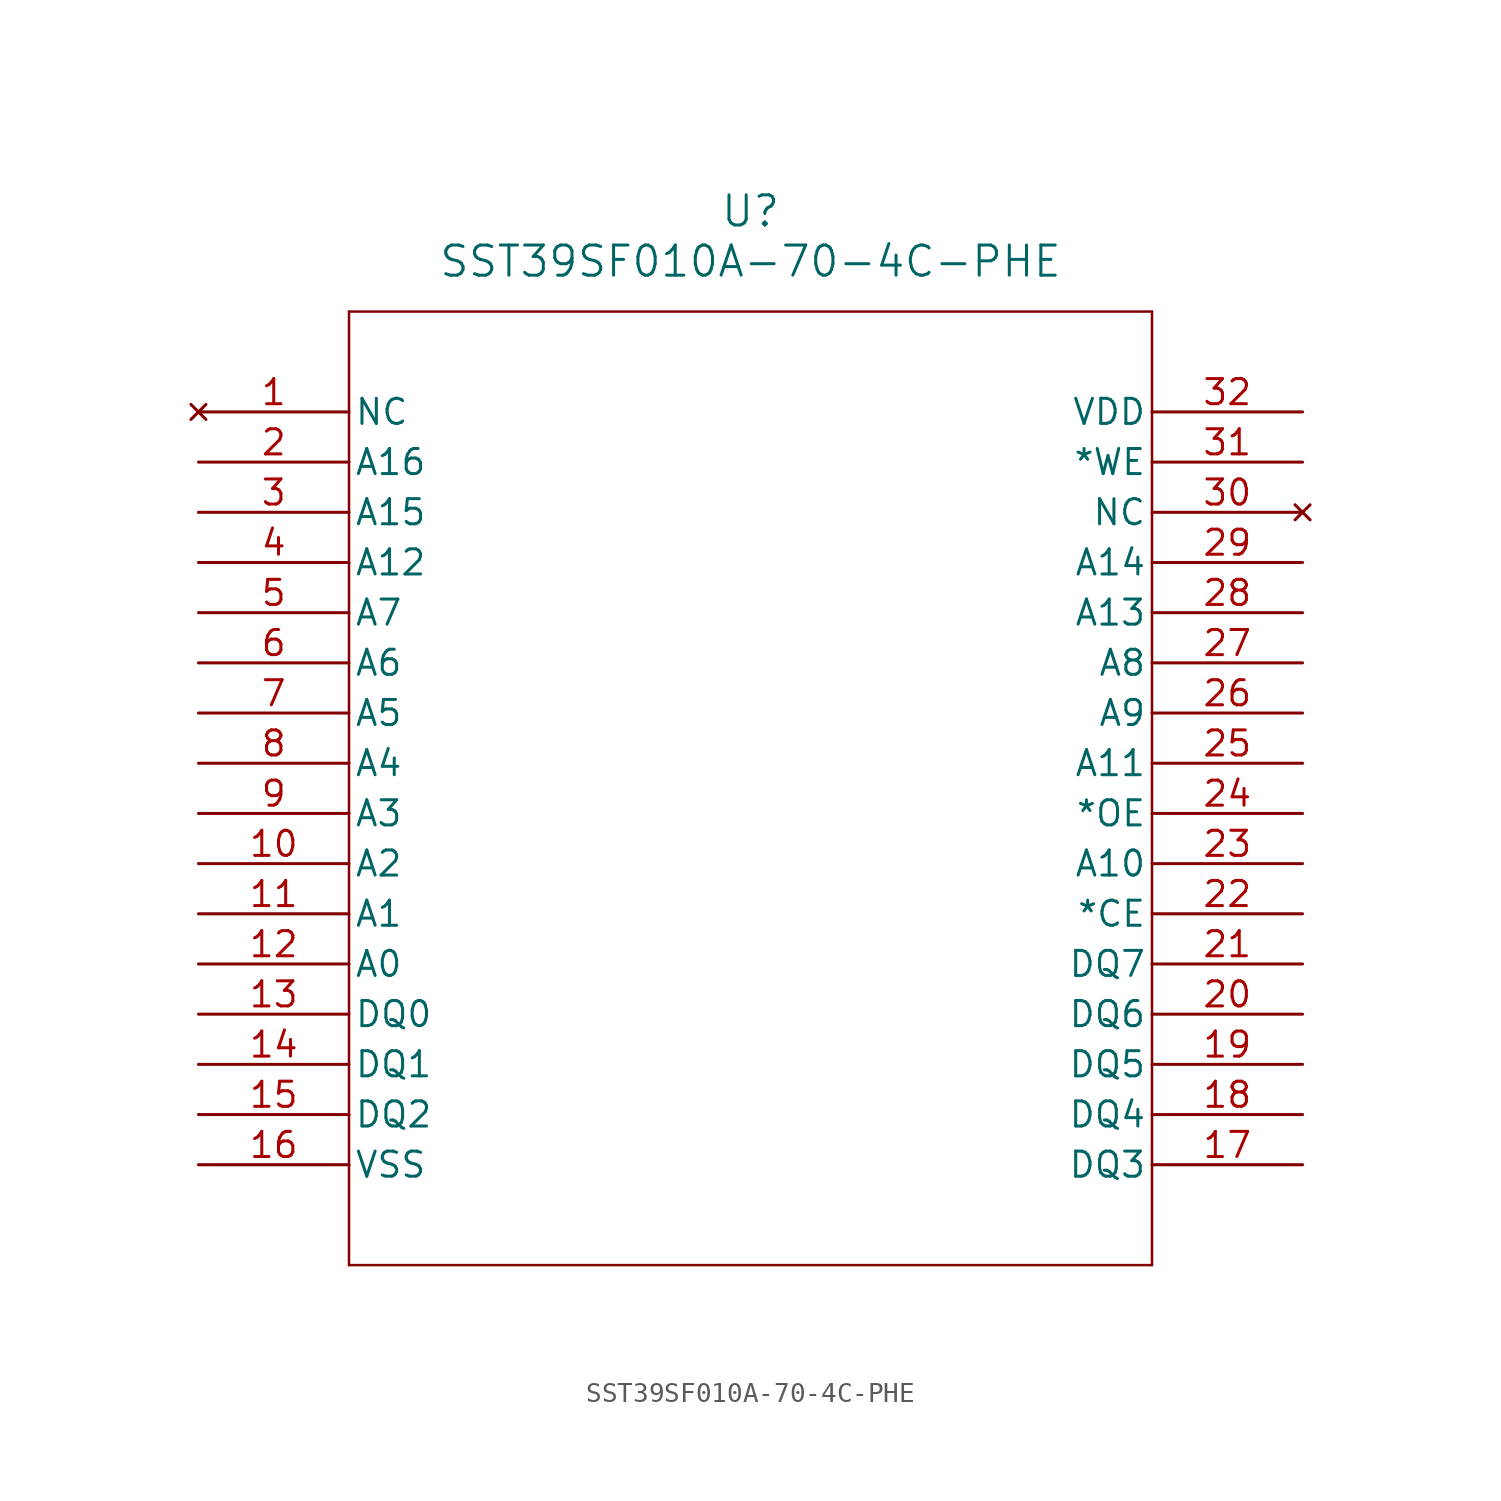
<source format=kicad_sym>
(kicad_symbol_lib
  (version 20211014)
  (generator kicad_symbol_editor)
  (symbol "SST39SF010A-70-4C-PHE"
    (pin_names
      (offset 0.254))
    (property "Reference" "U"
      (at 27.94 10.16 0)
      (effects (font (size 1.524 1.524))))
    (property "Value" "SST39SF010A-70-4C-PHE"
      (at 27.94 7.62 0)
      (effects (font (size 1.524 1.524))))
    (symbol "SST39SF010A-70-4C-PHE_0_1"
      (polyline (pts (xy 7.62 5.08) (xy 7.62 -43.18)) (stroke (width 0.127) (type default) (color 0 0 0 0)) (fill (type none)))
      (polyline (pts (xy 7.62 -43.18) (xy 48.26 -43.18)) (stroke (width 0.127) (type default) (color 0 0 0 0)) (fill (type none)))
      (polyline (pts (xy 48.26 -43.18) (xy 48.26 5.08)) (stroke (width 0.127) (type default) (color 0 0 0 0)) (fill (type none)))
      (polyline (pts (xy 48.26 5.08) (xy 7.62 5.08)) (stroke (width 0.127) (type default) (color 0 0 0 0)) (fill (type none)))
      (pin no_connect line (at 0 0 0) (length 7.62) (name "NC" (effects (font (size 1.27 1.27)))) (number "1" (effects (font (size 1.27 1.27)))))
      (pin input line (at 0 -2.54 0) (length 7.62) (name "A16" (effects (font (size 1.27 1.27)))) (number "2" (effects (font (size 1.27 1.27)))))
      (pin input line (at 0 -5.08 0) (length 7.62) (name "A15" (effects (font (size 1.27 1.27)))) (number "3" (effects (font (size 1.27 1.27)))))
      (pin input line (at 0 -7.62 0) (length 7.62) (name "A12" (effects (font (size 1.27 1.27)))) (number "4" (effects (font (size 1.27 1.27)))))
      (pin input line (at 0 -10.16 0) (length 7.62) (name "A7" (effects (font (size 1.27 1.27)))) (number "5" (effects (font (size 1.27 1.27)))))
      (pin input line (at 0 -12.7 0) (length 7.62) (name "A6" (effects (font (size 1.27 1.27)))) (number "6" (effects (font (size 1.27 1.27)))))
      (pin input line (at 0 -15.24 0) (length 7.62) (name "A5" (effects (font (size 1.27 1.27)))) (number "7" (effects (font (size 1.27 1.27)))))
      (pin input line (at 0 -17.78 0) (length 7.62) (name "A4" (effects (font (size 1.27 1.27)))) (number "8" (effects (font (size 1.27 1.27)))))
      (pin input line (at 0 -20.32 0) (length 7.62) (name "A3" (effects (font (size 1.27 1.27)))) (number "9" (effects (font (size 1.27 1.27)))))
      (pin input line (at 0 -22.86 0) (length 7.62) (name "A2" (effects (font (size 1.27 1.27)))) (number "10" (effects (font (size 1.27 1.27)))))
      (pin input line (at 0 -25.4 0) (length 7.62) (name "A1" (effects (font (size 1.27 1.27)))) (number "11" (effects (font (size 1.27 1.27)))))
      (pin input line (at 0 -27.94 0) (length 7.62) (name "A0" (effects (font (size 1.27 1.27)))) (number "12" (effects (font (size 1.27 1.27)))))
      (pin bidirectional line (at 0 -30.48 0) (length 7.62) (name "DQ0" (effects (font (size 1.27 1.27)))) (number "13" (effects (font (size 1.27 1.27)))))
      (pin bidirectional line (at 0 -33.02 0) (length 7.62) (name "DQ1" (effects (font (size 1.27 1.27)))) (number "14" (effects (font (size 1.27 1.27)))))
      (pin bidirectional line (at 0 -35.56 0) (length 7.62) (name "DQ2" (effects (font (size 1.27 1.27)))) (number "15" (effects (font (size 1.27 1.27)))))
      (pin power_in line (at 0 -38.1 0) (length 7.62) (name "VSS" (effects (font (size 1.27 1.27)))) (number "16" (effects (font (size 1.27 1.27)))))
      (pin bidirectional line (at 55.88 -38.1 180) (length 7.62) (name "DQ3" (effects (font (size 1.27 1.27)))) (number "17" (effects (font (size 1.27 1.27)))))
      (pin bidirectional line (at 55.88 -35.56 180) (length 7.62) (name "DQ4" (effects (font (size 1.27 1.27)))) (number "18" (effects (font (size 1.27 1.27)))))
      (pin bidirectional line (at 55.88 -33.02 180) (length 7.62) (name "DQ5" (effects (font (size 1.27 1.27)))) (number "19" (effects (font (size 1.27 1.27)))))
      (pin bidirectional line (at 55.88 -30.48 180) (length 7.62) (name "DQ6" (effects (font (size 1.27 1.27)))) (number "20" (effects (font (size 1.27 1.27)))))
      (pin bidirectional line (at 55.88 -27.94 180) (length 7.62) (name "DQ7" (effects (font (size 1.27 1.27)))) (number "21" (effects (font (size 1.27 1.27)))))
      (pin unspecified line (at 55.88 -25.4 180) (length 7.62) (name "*CE" (effects (font (size 1.27 1.27)))) (number "22" (effects (font (size 1.27 1.27)))))
      (pin input line (at 55.88 -22.86 180) (length 7.62) (name "A10" (effects (font (size 1.27 1.27)))) (number "23" (effects (font (size 1.27 1.27)))))
      (pin output line (at 55.88 -20.32 180) (length 7.62) (name "*OE" (effects (font (size 1.27 1.27)))) (number "24" (effects (font (size 1.27 1.27)))))
      (pin input line (at 55.88 -17.78 180) (length 7.62) (name "A11" (effects (font (size 1.27 1.27)))) (number "25" (effects (font (size 1.27 1.27)))))
      (pin input line (at 55.88 -15.24 180) (length 7.62) (name "A9" (effects (font (size 1.27 1.27)))) (number "26" (effects (font (size 1.27 1.27)))))
      (pin input line (at 55.88 -12.7 180) (length 7.62) (name "A8" (effects (font (size 1.27 1.27)))) (number "27" (effects (font (size 1.27 1.27)))))
      (pin input line (at 55.88 -10.16 180) (length 7.62) (name "A13" (effects (font (size 1.27 1.27)))) (number "28" (effects (font (size 1.27 1.27)))))
      (pin input line (at 55.88 -7.62 180) (length 7.62) (name "A14" (effects (font (size 1.27 1.27)))) (number "29" (effects (font (size 1.27 1.27)))))
      (pin no_connect line (at 55.88 -5.08 180) (length 7.62) (name "NC" (effects (font (size 1.27 1.27)))) (number "30" (effects (font (size 1.27 1.27)))))
      (pin unspecified line (at 55.88 -2.54 180) (length 7.62) (name "*WE" (effects (font (size 1.27 1.27)))) (number "31" (effects (font (size 1.27 1.27)))))
      (pin power_in line (at 55.88 0 180) (length 7.62) (name "VDD" (effects (font (size 1.27 1.27)))) (number "32" (effects (font (size 1.27 1.27))))))))
</source>
